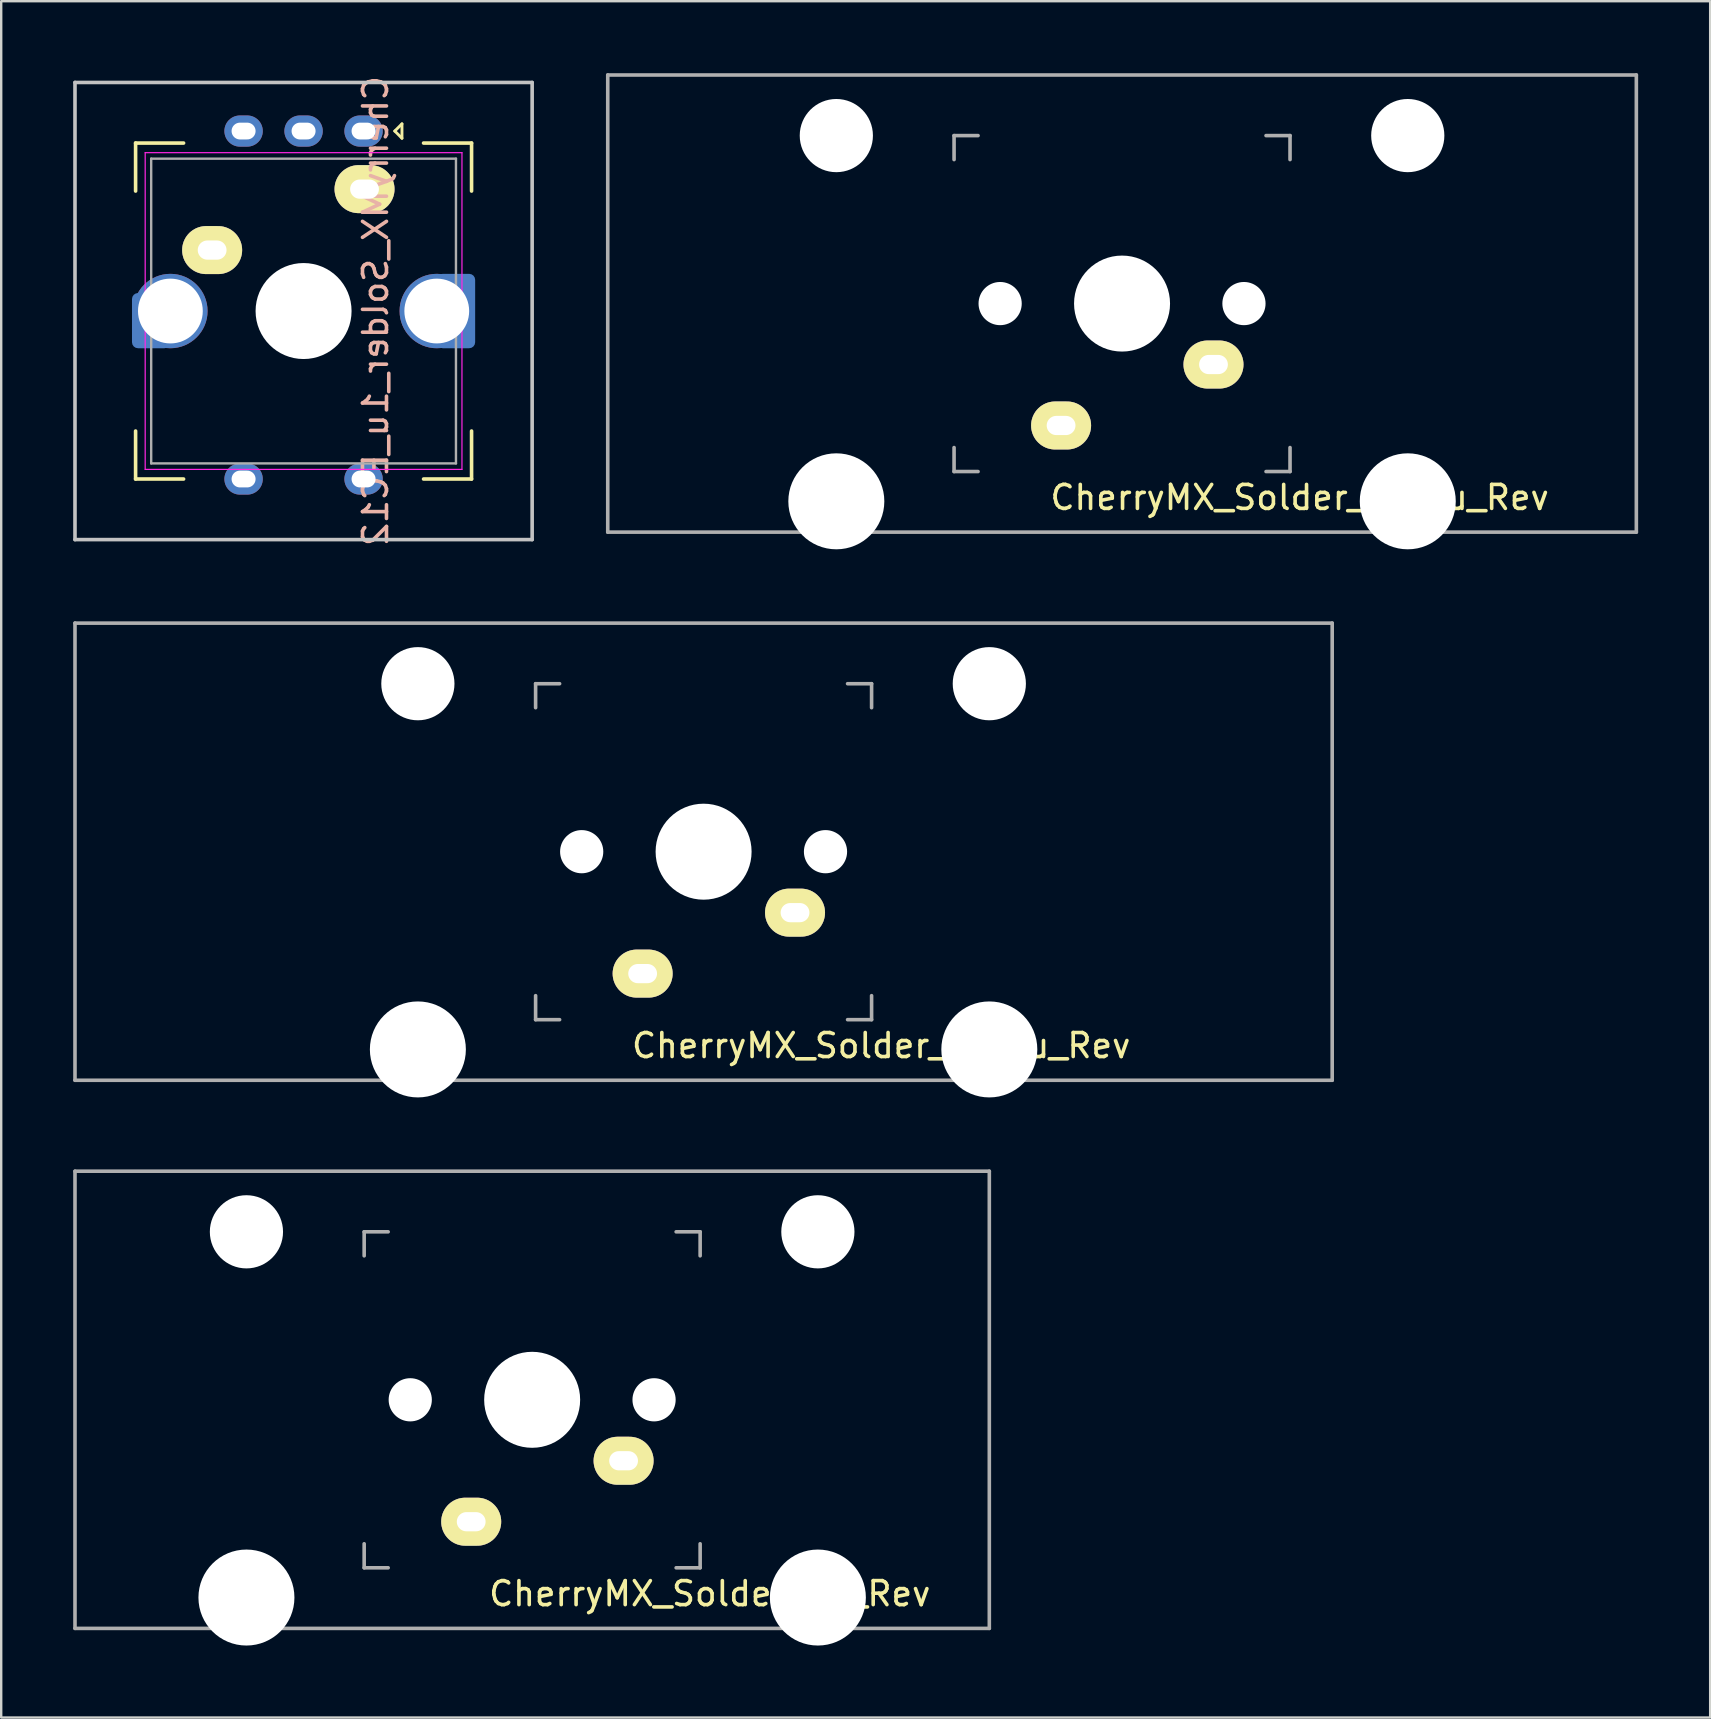
<source format=kicad_pcb>
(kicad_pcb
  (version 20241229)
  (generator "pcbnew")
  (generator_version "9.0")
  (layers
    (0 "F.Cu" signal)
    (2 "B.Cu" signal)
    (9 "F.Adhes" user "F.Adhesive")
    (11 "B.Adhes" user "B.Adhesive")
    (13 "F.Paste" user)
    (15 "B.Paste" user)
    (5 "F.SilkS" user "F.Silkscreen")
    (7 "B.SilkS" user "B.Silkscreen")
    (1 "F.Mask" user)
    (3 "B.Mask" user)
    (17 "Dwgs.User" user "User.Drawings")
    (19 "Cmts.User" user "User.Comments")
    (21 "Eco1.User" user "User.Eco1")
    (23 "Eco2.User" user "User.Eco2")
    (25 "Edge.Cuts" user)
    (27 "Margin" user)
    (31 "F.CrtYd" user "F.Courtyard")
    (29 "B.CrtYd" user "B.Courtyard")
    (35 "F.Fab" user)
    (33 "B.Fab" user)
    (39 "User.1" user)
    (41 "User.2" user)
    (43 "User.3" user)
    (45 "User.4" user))
  (footprint "CherryMX_Solder_2u_Rev"
    (layer "F.Cu")
    (at 19.125 55.28)
    (property "Reference" "CherryMX_Solder_2u_Rev" (at 7.402 8.08 0) (layer "F.SilkS") (effects (font (size 1 1) (thickness 0.15))))
    (attr smd)
    (fp_line (start -19.05 -9.525) (end -19.05 9.525) (stroke (width 0.15) (type solid)) (layer "F.Fab"))
    (fp_line (start -7 -7) (end -6 -7) (stroke (width 0.15) (type solid)) (layer "F.Fab"))
    (fp_line (start -7 -6) (end -7 -7) (stroke (width 0.15) (type solid)) (layer "F.Fab"))
    (fp_line (start -7 7) (end -7 6) (stroke (width 0.15) (type solid)) (layer "F.Fab"))
    (fp_line (start -6 7) (end -7 7) (stroke (width 0.15) (type solid)) (layer "F.Fab"))
    (fp_line (start 6 -7) (end 7 -7) (stroke (width 0.15) (type solid)) (layer "F.Fab"))
    (fp_line (start 7 -7) (end 7 -6) (stroke (width 0.15) (type solid)) (layer "F.Fab"))
    (fp_line (start 7 6) (end 7 7) (stroke (width 0.15) (type solid)) (layer "F.Fab"))
    (fp_line (start 7 7) (end 6 7) (stroke (width 0.15) (type solid)) (layer "F.Fab"))
    (fp_line (start 19.05 -9.525) (end -19.05 -9.525) (stroke (width 0.15) (type solid)) (layer "F.Fab"))
    (fp_line (start 19.05 9.525) (end -19.05 9.525) (stroke (width 0.15) (type solid)) (layer "F.Fab"))
    (fp_line (start 19.05 9.525) (end 19.05 -9.525) (stroke (width 0.15) (type solid)) (layer "F.Fab"))
    (pad "" np_thru_hole circle (at -11.906 -7 180) (size 3.05 3.05) (drill 3.05) (layers "*.Cu" "*.Mask"))
    (pad "" np_thru_hole circle (at -11.906 8.24 180) (size 4 4) (drill 4) (layers "*.Cu" "*.Mask"))
    (pad "" np_thru_hole circle (at -5.08 0 180) (size 1.8 1.8) (drill 1.8) (layers "*.Cu" "*.Mask"))
    (pad "" np_thru_hole circle (at 0 0 270) (size 4 4) (drill 4) (layers "*.Cu" "*.Mask"))
    (pad "" np_thru_hole circle (at 5.08 0 180) (size 1.8 1.8) (drill 1.8) (layers "*.Cu" "*.Mask"))
    (pad "" np_thru_hole circle (at 11.906 -7 180) (size 3.05 3.05) (drill 3.05) (layers "*.Cu" "*.Mask"))
    (pad "" np_thru_hole circle (at 11.906 8.24 180) (size 4 4) (drill 4) (layers "*.Cu" "*.Mask"))
    (pad "1" thru_hole oval (at 3.81 2.54) (size 2.5 2) (drill oval 1.2 0.8) (layers "*.Cu" "B.Mask" "F.SilkS"))
    (pad "2" thru_hole oval (at -2.54 5.08) (size 2.5 2) (drill oval 1.2 0.8) (layers "*.Cu" "B.Mask" "F.SilkS")))
  (footprint "CherryMX_Solder_1u_EC12"
    (layer "F.Cu")
    (at 9.6 9.911)
    (property "Reference" "CherryMX_Solder_1u_EC12" (at 3 0 270) (layer "B.SilkS") (effects (font (size 1 1) (thickness 0.15)) (justify mirror)))
    (attr through_hole)
    (fp_line (start -7 -7) (end -7 -5) (stroke (width 0.15) (type solid)) (layer "F.SilkS"))
    (fp_line (start -7 5) (end -7 7) (stroke (width 0.15) (type solid)) (layer "F.SilkS"))
    (fp_line (start -7 7) (end -5 7) (stroke (width 0.15) (type solid)) (layer "F.SilkS"))
    (fp_line (start -5 -7) (end -7 -7) (stroke (width 0.15) (type solid)) (layer "F.SilkS"))
    (fp_line (start 3.8 -7.5) (end 4.1 -7.8) (stroke (width 0.12) (type solid)) (layer "F.SilkS"))
    (fp_line (start 4.1 -7.8) (end 4.1 -7.2) (stroke (width 0.12) (type solid)) (layer "F.SilkS"))
    (fp_line (start 4.1 -7.2) (end 3.8 -7.5) (stroke (width 0.12) (type solid)) (layer "F.SilkS"))
    (fp_line (start 5 7) (end 7 7) (stroke (width 0.15) (type solid)) (layer "F.SilkS"))
    (fp_line (start 7 -7) (end 5 -7) (stroke (width 0.15) (type solid)) (layer "F.SilkS"))
    (fp_line (start 7 -5) (end 7 -7) (stroke (width 0.15) (type solid)) (layer "F.SilkS"))
    (fp_line (start 7 7) (end 7 5) (stroke (width 0.15) (type solid)) (layer "F.SilkS"))
    (fp_line (start -9.525 -9.525) (end 9.525 -9.525) (stroke (width 0.15) (type solid)) (layer "Dwgs.User"))
    (fp_line (start -9.525 9.525) (end -9.525 -9.525) (stroke (width 0.15) (type solid)) (layer "Dwgs.User"))
    (fp_line (start 9.525 -9.525) (end 9.525 9.525) (stroke (width 0.15) (type solid)) (layer "Dwgs.User"))
    (fp_line (start 9.525 9.525) (end -9.525 9.525) (stroke (width 0.15) (type solid)) (layer "Dwgs.User"))
    (fp_line (start -6.6 -6.6) (end 6.6 -6.6) (stroke (width 0.05) (type solid)) (layer "F.CrtYd"))
    (fp_line (start -6.6 6.6) (end -6.6 -6.6) (stroke (width 0.05) (type solid)) (layer "F.CrtYd"))
    (fp_line (start 6.6 -6.6) (end 6.6 6.6) (stroke (width 0.05) (type solid)) (layer "F.CrtYd"))
    (fp_line (start 6.6 6.6) (end -6.6 6.6) (stroke (width 0.05) (type solid)) (layer "F.CrtYd"))
    (fp_line (start -6.35 -6.35) (end 6.35 -6.35) (stroke (width 0.1) (type solid)) (layer "F.Fab"))
    (fp_line (start -6.35 6.35) (end -6.35 -6.35) (stroke (width 0.1) (type solid)) (layer "F.Fab"))
    (fp_line (start 6.35 -6.35) (end 6.35 6.35) (stroke (width 0.1) (type solid)) (layer "F.Fab"))
    (fp_line (start 6.35 6.35) (end -6.35 6.35) (stroke (width 0.1) (type solid)) (layer "F.Fab"))
    (pad "" np_thru_hole circle (at 0 0 180) (size 4 4) (drill 4) (layers "*.Cu" "*.Mask"))
    (pad "A" thru_hole oval (at 2.5 -7.5) (size 1.6 1.3) (drill oval 1 0.7) (layers "*.Cu" "*.Mask"))
    (pad "B" thru_hole oval (at -2.5 -7.5) (size 1.6 1.3) (drill oval 1 0.7) (layers "*.Cu" "*.Mask"))
    (pad "C" thru_hole oval (at 0 -7.5) (size 1.6 1.3) (drill oval 1 0.7) (layers "*.Cu" "*.Mask"))
    (pad "MP" smd roundrect (at -6.35 0.4) (size 1.6 2.3) (layers "B.Cu" "B.Mask") (roundrect_rratio 0.156))
    (pad "MP" thru_hole circle (at -5.55 0 270) (size 3.1 3.1) (drill 2.7) (layers "*.Cu" "*.Mask"))
    (pad "MP" thru_hole circle (at 5.55 0 270) (size 3.1 3.1) (drill 2.7) (layers "*.Cu" "*.Mask"))
    (pad "MP" smd roundrect (at 6.35 0) (size 1.6 3.1) (layers "B.Cu" "B.Mask") (roundrect_rratio 0.156))
    (pad "S1" thru_hole oval (at 2.5 7) (size 1.6 1.3) (drill oval 1 0.7) (layers "*.Cu" "*.Mask"))
    (pad "S1" thru_hole oval (at 2.54 -5.08) (size 2.5 2) (drill oval 1.2 0.8) (layers "*.Cu" "B.Mask" "F.SilkS"))
    (pad "S2" thru_hole oval (at -3.81 -2.54) (size 2.5 2) (drill oval 1.2 0.8) (layers "*.Cu" "B.Mask" "F.SilkS"))
    (pad "S2" thru_hole oval (at -2.5 7) (size 1.6 1.3) (drill oval 1 0.7) (layers "*.Cu" "*.Mask")))
  (footprint "CherryMX_Solder_2.25u_Rev"
    (layer "F.Cu")
    (at 43.706 9.6)
    (property "Reference" "CherryMX_Solder_2.25u_Rev" (at 7.402 8.08 0) (layer "F.SilkS") (effects (font (size 1 1) (thickness 0.15))))
    (attr smd)
    (fp_line (start -21.431 -9.525) (end -21.431 9.525) (stroke (width 0.15) (type solid)) (layer "F.Fab"))
    (fp_line (start -7 -7) (end -6 -7) (stroke (width 0.15) (type solid)) (layer "F.Fab"))
    (fp_line (start -7 -6) (end -7 -7) (stroke (width 0.15) (type solid)) (layer "F.Fab"))
    (fp_line (start -7 7) (end -7 6) (stroke (width 0.15) (type solid)) (layer "F.Fab"))
    (fp_line (start -6 7) (end -7 7) (stroke (width 0.15) (type solid)) (layer "F.Fab"))
    (fp_line (start 6 -7) (end 7 -7) (stroke (width 0.15) (type solid)) (layer "F.Fab"))
    (fp_line (start 7 -7) (end 7 -6) (stroke (width 0.15) (type solid)) (layer "F.Fab"))
    (fp_line (start 7 6) (end 7 7) (stroke (width 0.15) (type solid)) (layer "F.Fab"))
    (fp_line (start 7 7) (end 6 7) (stroke (width 0.15) (type solid)) (layer "F.Fab"))
    (fp_line (start 21.431 -9.525) (end -21.431 -9.525) (stroke (width 0.15) (type solid)) (layer "F.Fab"))
    (fp_line (start 21.431 9.525) (end -21.431 9.525) (stroke (width 0.15) (type solid)) (layer "F.Fab"))
    (fp_line (start 21.431 9.525) (end 21.431 -9.525) (stroke (width 0.15) (type solid)) (layer "F.Fab"))
    (pad "" np_thru_hole circle (at -11.906 -7 180) (size 3.05 3.05) (drill 3.05) (layers "*.Cu" "*.Mask"))
    (pad "" np_thru_hole circle (at -11.906 8.24 180) (size 4 4) (drill 4) (layers "*.Cu" "*.Mask"))
    (pad "" np_thru_hole circle (at -5.08 0 180) (size 1.8 1.8) (drill 1.8) (layers "*.Cu" "*.Mask"))
    (pad "" np_thru_hole circle (at 0 0 270) (size 4 4) (drill 4) (layers "*.Cu" "*.Mask"))
    (pad "" np_thru_hole circle (at 5.08 0 180) (size 1.8 1.8) (drill 1.8) (layers "*.Cu" "*.Mask"))
    (pad "" np_thru_hole circle (at 11.906 -7 180) (size 3.05 3.05) (drill 3.05) (layers "*.Cu" "*.Mask"))
    (pad "" np_thru_hole circle (at 11.906 8.24 180) (size 4 4) (drill 4) (layers "*.Cu" "*.Mask"))
    (pad "1" thru_hole oval (at 3.81 2.54) (size 2.5 2) (drill oval 1.2 0.8) (layers "*.Cu" "B.Mask" "F.SilkS"))
    (pad "2" thru_hole oval (at -2.54 5.08) (size 2.5 2) (drill oval 1.2 0.8) (layers "*.Cu" "B.Mask" "F.SilkS")))
  (footprint "CherryMX_Solder_2.75u_Rev"
    (layer "F.Cu")
    (at 26.269 32.44)
    (property "Reference" "CherryMX_Solder_2.75u_Rev" (at 7.402 8.08 0) (layer "F.SilkS") (effects (font (size 1 1) (thickness 0.15))))
    (attr smd)
    (fp_line (start -26.194 -9.525) (end -26.194 9.525) (stroke (width 0.15) (type solid)) (layer "F.Fab"))
    (fp_line (start -7 -7) (end -6 -7) (stroke (width 0.15) (type solid)) (layer "F.Fab"))
    (fp_line (start -7 -6) (end -7 -7) (stroke (width 0.15) (type solid)) (layer "F.Fab"))
    (fp_line (start -7 7) (end -7 6) (stroke (width 0.15) (type solid)) (layer "F.Fab"))
    (fp_line (start -6 7) (end -7 7) (stroke (width 0.15) (type solid)) (layer "F.Fab"))
    (fp_line (start 6 -7) (end 7 -7) (stroke (width 0.15) (type solid)) (layer "F.Fab"))
    (fp_line (start 7 -7) (end 7 -6) (stroke (width 0.15) (type solid)) (layer "F.Fab"))
    (fp_line (start 7 6) (end 7 7) (stroke (width 0.15) (type solid)) (layer "F.Fab"))
    (fp_line (start 7 7) (end 6 7) (stroke (width 0.15) (type solid)) (layer "F.Fab"))
    (fp_line (start 26.194 -9.525) (end -26.194 -9.525) (stroke (width 0.15) (type solid)) (layer "F.Fab"))
    (fp_line (start 26.194 9.525) (end -26.194 9.525) (stroke (width 0.15) (type solid)) (layer "F.Fab"))
    (fp_line (start 26.194 9.525) (end 26.194 -9.525) (stroke (width 0.15) (type solid)) (layer "F.Fab"))
    (pad "" np_thru_hole circle (at -11.906 -7 180) (size 3.05 3.05) (drill 3.05) (layers "*.Cu" "*.Mask"))
    (pad "" np_thru_hole circle (at -11.906 8.24 180) (size 4 4) (drill 4) (layers "*.Cu" "*.Mask"))
    (pad "" np_thru_hole circle (at -5.08 0 180) (size 1.8 1.8) (drill 1.8) (layers "*.Cu" "*.Mask"))
    (pad "" np_thru_hole circle (at 0 0 270) (size 4 4) (drill 4) (layers "*.Cu" "*.Mask"))
    (pad "" np_thru_hole circle (at 5.08 0 180) (size 1.8 1.8) (drill 1.8) (layers "*.Cu" "*.Mask"))
    (pad "" np_thru_hole circle (at 11.906 -7 180) (size 3.05 3.05) (drill 3.05) (layers "*.Cu" "*.Mask"))
    (pad "" np_thru_hole circle (at 11.906 8.24 180) (size 4 4) (drill 4) (layers "*.Cu" "*.Mask"))
    (pad "1" thru_hole oval (at 3.81 2.54) (size 2.5 2) (drill oval 1.2 0.8) (layers "*.Cu" "B.Mask" "F.SilkS"))
    (pad "2" thru_hole oval (at -2.54 5.08) (size 2.5 2) (drill oval 1.2 0.8) (layers "*.Cu" "B.Mask" "F.SilkS")))
  (gr_rect
    (start -3 -3)
    (end 68.213 68.52)
    (stroke (width 0.1) (type default))
    (fill no)
    (layer "Edge.Cuts")))
</source>
